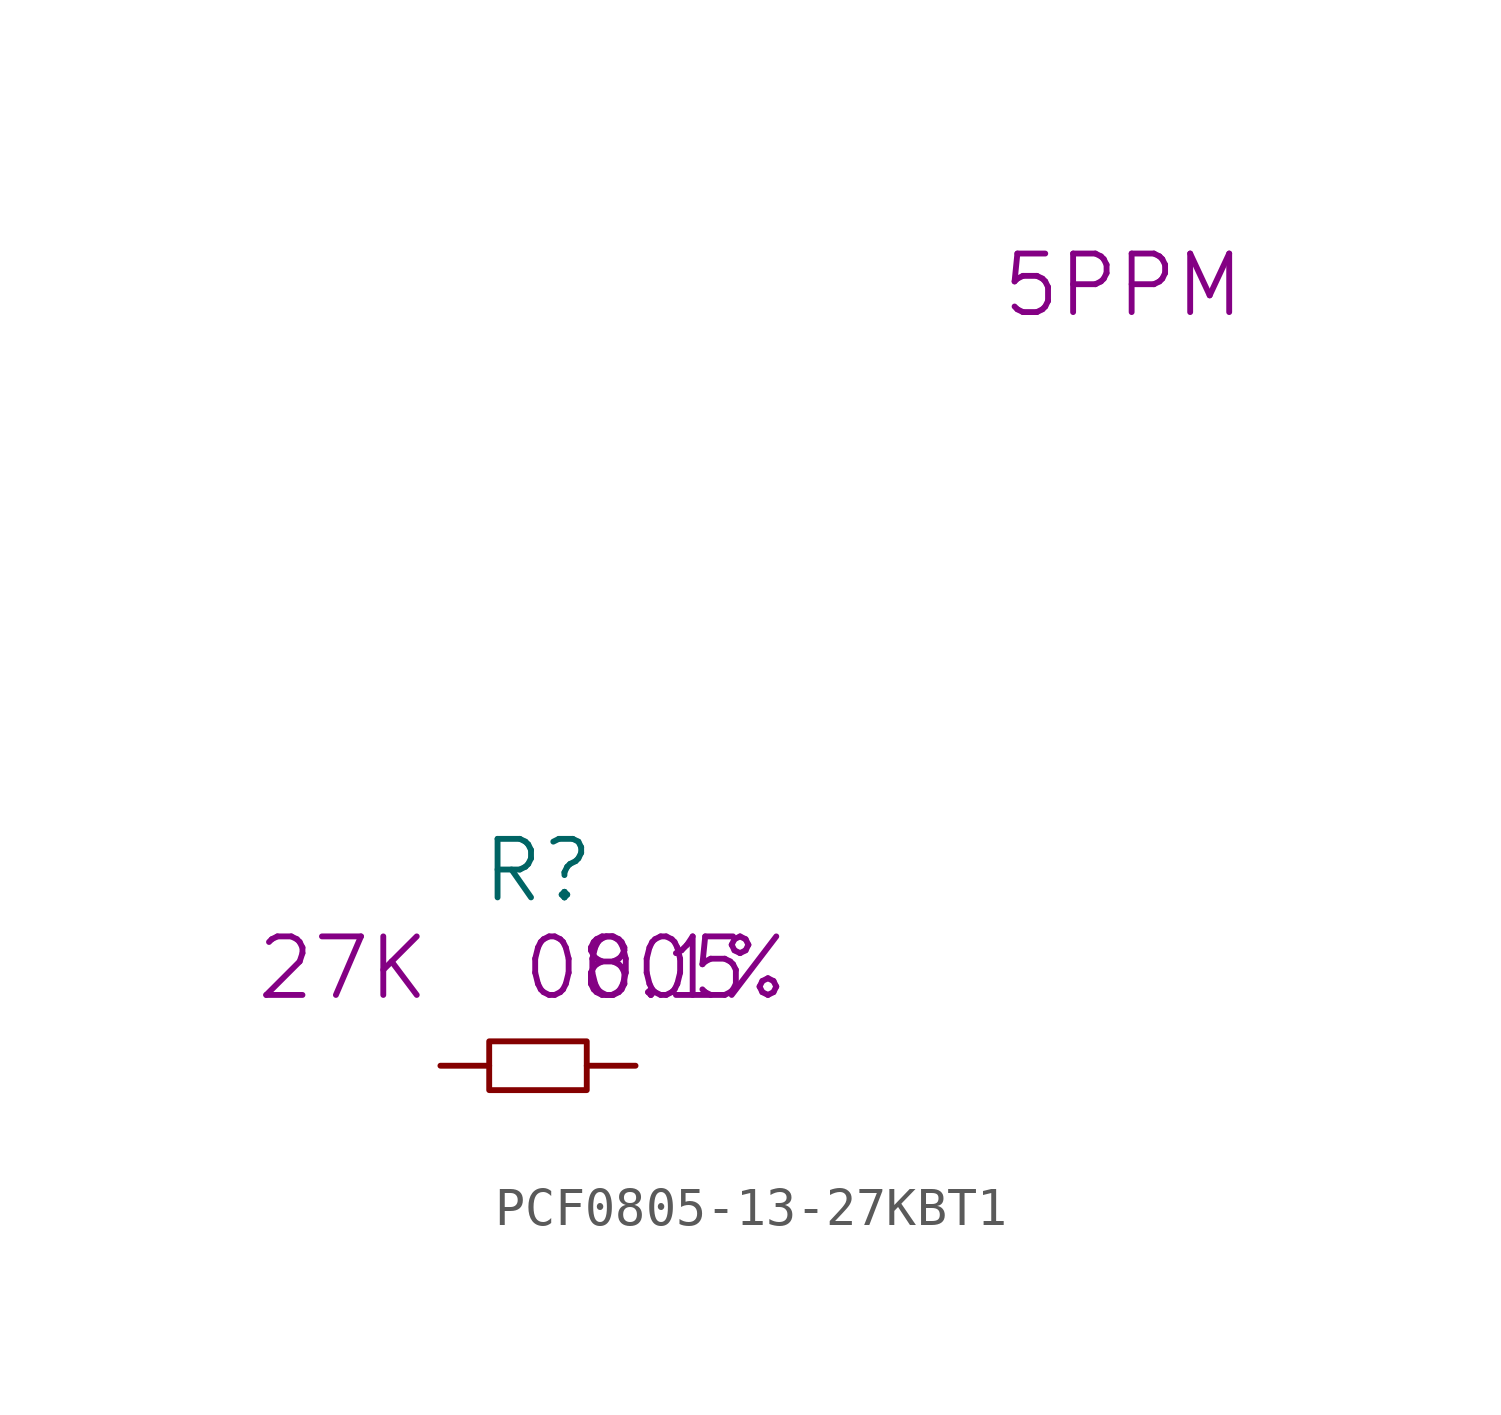
<source format=kicad_sym>
(kicad_symbol_lib
  (version 20220914)
  (generator kicad_symbol_editor)
  (symbol "PCF0805-13-27KBT1"
    (pin_numbers hide)
    (pin_names
      (offset 1.016) hide)
    (property "Reference" "R"
      (at 0 5.08 0)
      (effects (font (size 1.524 1.524))))
    (property "Value2" "27K"
      (at -5.08 2.54 0)
      (effects (font (size 1.524 1.524))))
    (property "Tolerance" "0.1%"
      (at 3.81 2.54 0)
      (effects (font (size 1.524 1.524))))
    (property "Size" "0805"
      (at 2.54 2.54 0)
      (effects (font (size 1.524 1.524))))
    (property "Drift" "5PPM"
      (at 15.24 20.32 0)
      (effects (font (size 1.524 1.524))))
    (symbol "PCF0805-13-27KBT1_0_1"
      (rectangle (start -1.27 0.635) (end 1.27 -0.635) (stroke (width 0) (type solid)) (fill (type none))))
    (symbol "PCF0805-13-27KBT1_1_1"
      (pin passive line (at -2.54 0 0) (length 1.27) (name "1" (effects (font (size 1.27 1.27)))) (number "1" (effects (font (size 1.27 1.27)))))
      (pin passive line (at 2.54 0 180) (length 1.27) (name "2" (effects (font (size 1.27 1.27)))) (number "2" (effects (font (size 1.27 1.27))))))))
</source>
